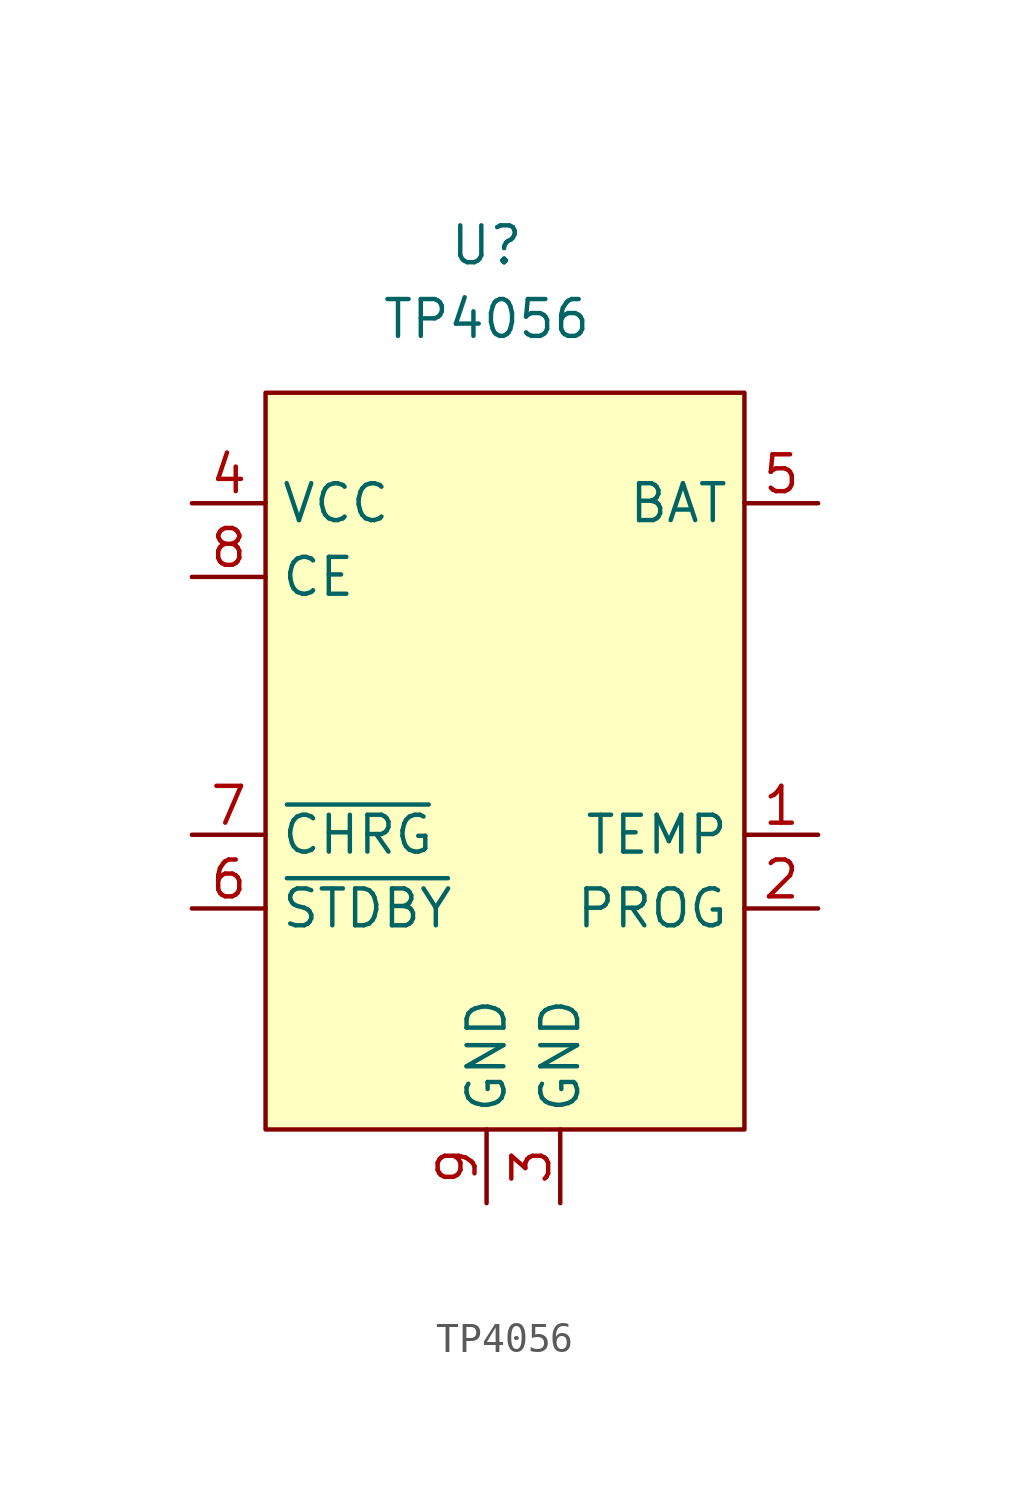
<source format=kicad_sym>
(kicad_symbol_lib
  (version 20211014)
  (generator kicad_symbol_editor)
  (symbol "TP4056"
    (property "Reference" "U"
      (at 0 0 0)
      (effects (font (size 1.27 1.27))))
    (property "Value" "TP4056"
      (at 0 -2.54 0)
      (effects (font (size 1.27 1.27))))
    (symbol "TP4056_0_0"
      (pin input line (at 11.43 -20.32 180) (length 2.54) (name "TEMP" (effects (font (size 1.27 1.27)))) (number "1" (effects (font (size 1.27 1.27)))))
      (pin output line (at 11.43 -22.86 180) (length 2.54) (name "PROG" (effects (font (size 1.27 1.27)))) (number "2" (effects (font (size 1.27 1.27)))))
      (pin power_in line (at 2.54 -33.02 90) (length 2.54) (name "GND" (effects (font (size 1.27 1.27)))) (number "3" (effects (font (size 1.27 1.27)))))
      (pin power_in line (at -10.16 -8.89 0) (length 2.54) (name "VCC" (effects (font (size 1.27 1.27)))) (number "4" (effects (font (size 1.27 1.27)))))
      (pin power_out line (at 11.43 -8.89 180) (length 2.54) (name "BAT" (effects (font (size 1.27 1.27)))) (number "5" (effects (font (size 1.27 1.27)))))
      (pin open_collector line (at -10.16 -22.86 0) (length 2.54) (name "~{STDBY}" (effects (font (size 1.27 1.27)))) (number "6" (effects (font (size 1.27 1.27)))))
      (pin open_collector line (at -10.16 -20.32 0) (length 2.54) (name "~{CHRG}" (effects (font (size 1.27 1.27)))) (number "7" (effects (font (size 1.27 1.27)))))
      (pin input line (at -10.16 -11.43 0) (length 2.54) (name "CE" (effects (font (size 1.27 1.27)))) (number "8" (effects (font (size 1.27 1.27)))))
      (pin power_in line (at 0 -33.02 90) (length 2.54) (name "GND" (effects (font (size 1.27 1.27)))) (number "9" (effects (font (size 1.27 1.27))))))
    (symbol "TP4056_0_1"
      (rectangle (start -7.62 -5.08) (end 8.89 -30.48) (stroke (width 0) (type default) (color 0 0 0 0)) (fill (type background))))))
</source>
